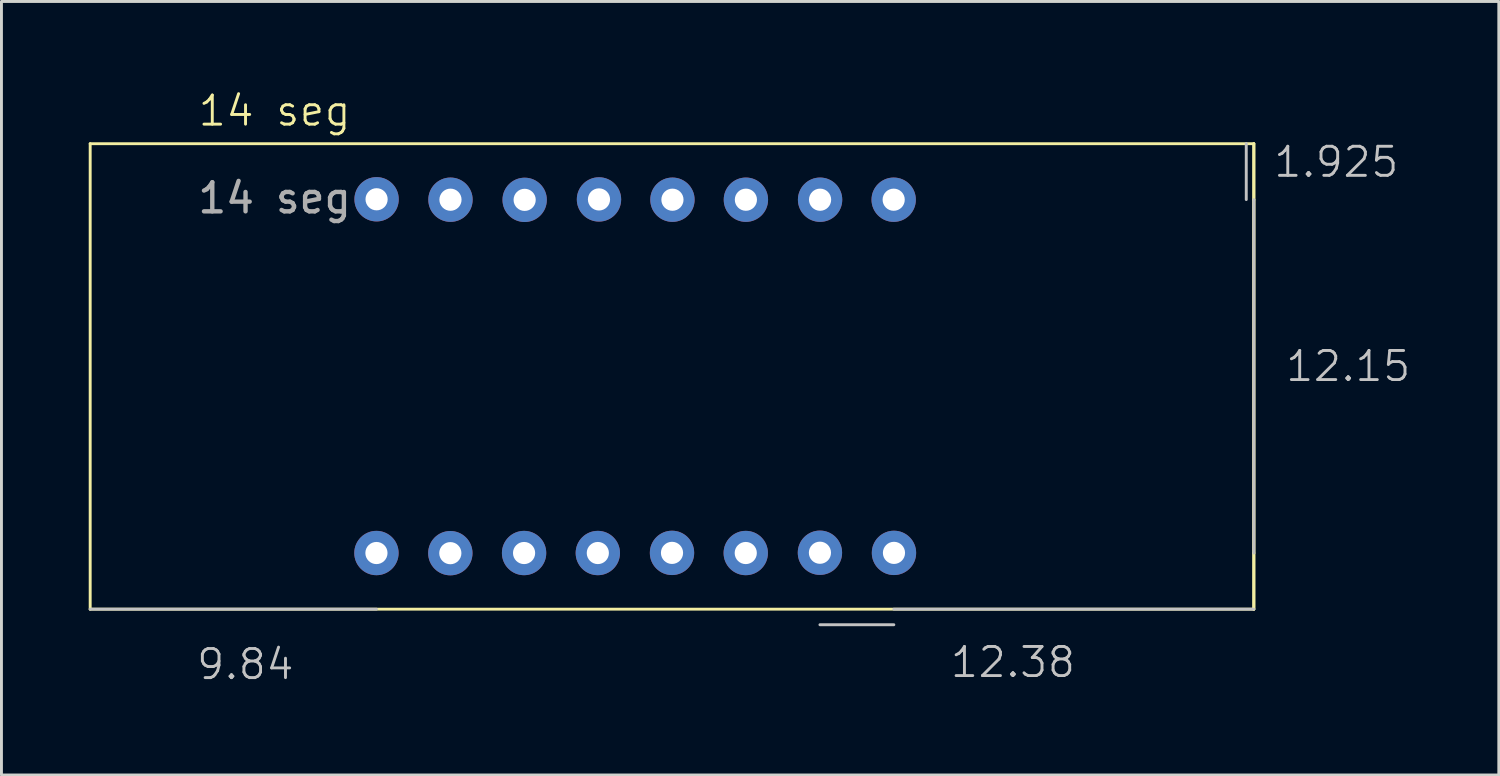
<source format=kicad_pcb>
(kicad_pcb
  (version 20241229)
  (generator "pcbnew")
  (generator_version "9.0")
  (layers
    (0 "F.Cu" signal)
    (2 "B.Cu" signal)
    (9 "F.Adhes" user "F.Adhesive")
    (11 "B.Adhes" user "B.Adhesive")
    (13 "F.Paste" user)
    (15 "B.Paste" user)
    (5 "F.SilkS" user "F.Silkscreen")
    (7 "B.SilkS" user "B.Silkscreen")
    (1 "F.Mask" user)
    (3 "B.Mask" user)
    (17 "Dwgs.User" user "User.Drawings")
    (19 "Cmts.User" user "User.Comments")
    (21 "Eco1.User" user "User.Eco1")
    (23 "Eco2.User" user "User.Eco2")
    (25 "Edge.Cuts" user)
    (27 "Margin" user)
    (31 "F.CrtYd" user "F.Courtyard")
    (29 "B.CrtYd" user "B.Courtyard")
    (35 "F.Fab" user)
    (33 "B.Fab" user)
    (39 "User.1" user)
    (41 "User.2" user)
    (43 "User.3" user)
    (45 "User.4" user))
  (footprint "14 seg"
    (layer "F.Cu")
    (at 6.39 1.26)
    (property "Reference" "14 seg" (at 0 -0.5 0) (unlocked yes) (layer "F.SilkS") (effects (font (size 1 1) (thickness 0.1))))
    (attr through_hole)
    (fp_line (start -6.34 0.63) (end -6.34 16.63) (stroke (width 0.1) (type default)) (layer "F.SilkS"))
    (fp_line (start -6.34 16.63) (end 33.66 16.63) (stroke (width 0.1) (type default)) (layer "F.SilkS"))
    (fp_line (start 33.66 0.63) (end -6.34 0.63) (stroke (width 0.1) (type default)) (layer "F.SilkS"))
    (fp_line (start 33.66 0.63) (end 33.66 2.555) (stroke (width 0.1) (type default)) (layer "F.SilkS"))
    (fp_line (start 33.66 14.705) (end 33.66 2.555) (stroke (width 0.1) (type default)) (layer "F.SilkS"))
    (fp_line (start 33.66 16.63) (end 33.66 0.63) (stroke (width 0.1) (type default)) (layer "F.SilkS"))
    (fp_line (start 33.66 16.63) (end 33.66 14.705) (stroke (width 0.1) (type default)) (layer "F.SilkS"))
    (fp_line (start -6.34 16.63) (end 3.5 16.63) (stroke (width 0.1) (type default)) (layer "Dwgs.User"))
    (fp_line (start 21.285 16.63) (end 33.66 16.63) (stroke (width 0.1) (type default)) (layer "Dwgs.User"))
    (fp_line (start 21.285 17.165) (end 18.745 17.165) (stroke (width 0.1) (type default)) (layer "Dwgs.User"))
    (fp_line (start 33.4 0.625) (end 33.4 2.55) (stroke (width 0.1) (type default)) (layer "Dwgs.User"))
    (fp_line (start 33.66 2.555) (end 33.66 14.7) (stroke (width 0.1) (type default)) (layer "Dwgs.User"))
    (fp_text user "9.84" (at -2.74 19.11 0) (unlocked yes) (layer "Dwgs.User") (effects (font (size 1 1) (thickness 0.1)) (justify left bottom)))
    (fp_text user "1.925" (at 34.285 1.845 0) (unlocked yes) (layer "Dwgs.User") (effects (font (size 1 1) (thickness 0.1)) (justify left bottom)))
    (fp_text user "12.15" (at 34.695 8.865 0) (unlocked yes) (layer "Dwgs.User") (effects (font (size 1 1) (thickness 0.1)) (justify left bottom)))
    (fp_text user "12.38" (at 23.17 19.04 0) (unlocked yes) (layer "Dwgs.User") (effects (font (size 1 1) (thickness 0.1)) (justify left bottom)))
    (fp_text user "${REFERENCE}" (at 0 2.5 0) (unlocked yes) (layer "F.Fab") (effects (font (size 1 1) (thickness 0.15))))
    (pad "1" thru_hole circle (at 3.5 14.7) (size 1.524 1.524) (drill 0.762) (layers "*.Cu" "*.Mask"))
    (pad "2" thru_hole circle (at 6.04 14.705) (size 1.524 1.524) (drill 0.762) (layers "*.Cu" "*.Mask"))
    (pad "3" thru_hole circle (at 8.575 14.7) (size 1.524 1.524) (drill 0.762) (layers "*.Cu" "*.Mask"))
    (pad "4" thru_hole circle (at 11.11 14.7) (size 1.524 1.524) (drill 0.762) (layers "*.Cu" "*.Mask"))
    (pad "5" thru_hole circle (at 13.66 14.695) (size 1.524 1.524) (drill 0.762) (layers "*.Cu" "*.Mask"))
    (pad "6" thru_hole circle (at 16.195 14.7) (size 1.524 1.524) (drill 0.762) (layers "*.Cu" "*.Mask"))
    (pad "7" thru_hole circle (at 18.745 14.69) (size 1.524 1.524) (drill 0.762) (layers "*.Cu" "*.Mask"))
    (pad "8" thru_hole circle (at 21.29 14.695) (size 1.524 1.524) (drill 0.762) (layers "*.Cu" "*.Mask"))
    (pad "9" thru_hole circle (at 21.28 2.555) (size 1.524 1.524) (drill 0.762) (layers "*.Cu" "*.Mask"))
    (pad "10" thru_hole circle (at 18.75 2.555) (size 1.524 1.524) (drill 0.762) (layers "*.Cu" "*.Mask"))
    (pad "11" thru_hole circle (at 16.2 2.555) (size 1.524 1.524) (drill 0.762) (layers "*.Cu" "*.Mask"))
    (pad "12" thru_hole circle (at 13.675 2.555) (size 1.524 1.524) (drill 0.762) (layers "*.Cu" "*.Mask"))
    (pad "13" thru_hole circle (at 11.15 2.545) (size 1.524 1.524) (drill 0.762) (layers "*.Cu" "*.Mask"))
    (pad "14" thru_hole circle (at 8.595 2.56) (size 1.524 1.524) (drill 0.762) (layers "*.Cu" "*.Mask"))
    (pad "15" thru_hole circle (at 6.045 2.555) (size 1.524 1.524) (drill 0.762) (layers "*.Cu" "*.Mask"))
    (pad "16" thru_hole circle (at 3.505 2.54) (size 1.524 1.524) (drill 0.762) (layers "*.Cu" "*.Mask")))
  (gr_rect
    (start -3 -3)
    (end 48.471 23.591)
    (stroke (width 0.1) (type default))
    (fill no)
    (layer "Edge.Cuts")))
</source>
